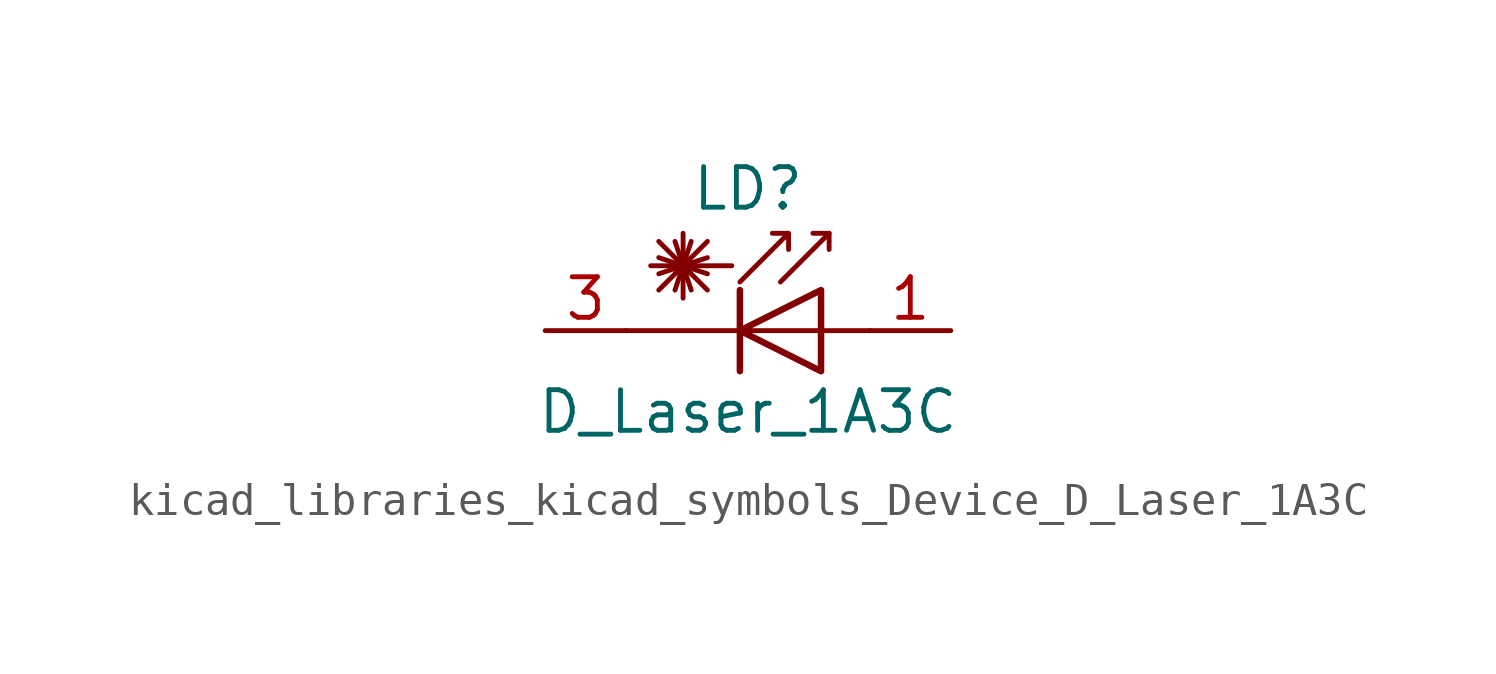
<source format=kicad_sym>
(kicad_symbol_lib
  (version 20220914)
  (generator kicad_symbol_editor)
  (symbol "kicad_libraries_kicad_symbols_Device_D_Laser_1A3C"
    (pin_names
      (offset 1.016) hide)
    (property "Reference" "LD"
      (at -1.27 4.445 0)
      (effects (font (size 1.27 1.27))))
    (property "Value" "D_Laser_1A3C"
      (at -1.27 -2.54 0)
      (effects (font (size 1.27 1.27))))
    (symbol "kicad_libraries_kicad_symbols_Device_D_Laser_1A3C_0_1"
      (polyline (pts (xy -4.064 1.27) (xy -2.54 2.794)) (stroke (width 0) (type default)) (fill (type none)))
      (polyline (pts (xy -4.064 1.778) (xy -2.54 2.286)) (stroke (width 0) (type default)) (fill (type none)))
      (polyline (pts (xy -4.064 2.286) (xy -2.54 1.778)) (stroke (width 0) (type default)) (fill (type none)))
      (polyline (pts (xy -4.064 2.794) (xy -2.54 1.27)) (stroke (width 0) (type default)) (fill (type none)))
      (polyline (pts (xy -3.556 2.794) (xy -3.048 1.27)) (stroke (width 0) (type default)) (fill (type none)))
      (polyline (pts (xy -3.302 2.032) (xy -3.302 1.016)) (stroke (width 0) (type default)) (fill (type none)))
      (polyline (pts (xy -3.302 2.032) (xy -3.302 3.048)) (stroke (width 0) (type default)) (fill (type none)))
      (polyline (pts (xy -3.048 2.794) (xy -3.556 1.27)) (stroke (width 0) (type default)) (fill (type none)))
      (polyline (pts (xy -1.778 2.032) (xy -4.318 2.032)) (stroke (width 0) (type default)) (fill (type none)))
      (polyline (pts (xy -1.524 1.27) (xy -1.524 -1.27)) (stroke (width 0.203) (type default)) (fill (type none)))
      (polyline (pts (xy 1.27 3.048) (xy 0.762 3.048)) (stroke (width 0) (type default)) (fill (type none)))
      (polyline (pts (xy 2.54 0) (xy -5.08 0)) (stroke (width 0) (type default)) (fill (type none)))
      (polyline (pts (xy -0.254 1.524) (xy 1.27 3.048) (xy 1.27 2.54)) (stroke (width 0) (type default)) (fill (type none)))
      (polyline (pts (xy 1.016 1.27) (xy 1.016 -1.27) (xy -1.524 0) (xy 1.016 1.27)) (stroke (width 0.203) (type default)) (fill (type none)))
      (polyline (pts (xy -1.524 1.524) (xy 0 3.048) (xy 0 2.54) (xy 0 3.048) (xy -0.508 3.048)) (stroke (width 0) (type default)) (fill (type none))))
    (symbol "kicad_libraries_kicad_symbols_Device_D_Laser_1A3C_1_1"
      (pin passive line (at 5.08 0 180) (length 2.54) (name "A" (effects (font (size 1.27 1.27)))) (number "1" (effects (font (size 1.27 1.27)))))
      (pin passive line (at -7.62 0 0) (length 2.54) (name "K" (effects (font (size 1.27 1.27)))) (number "3" (effects (font (size 1.27 1.27))))))))
</source>
